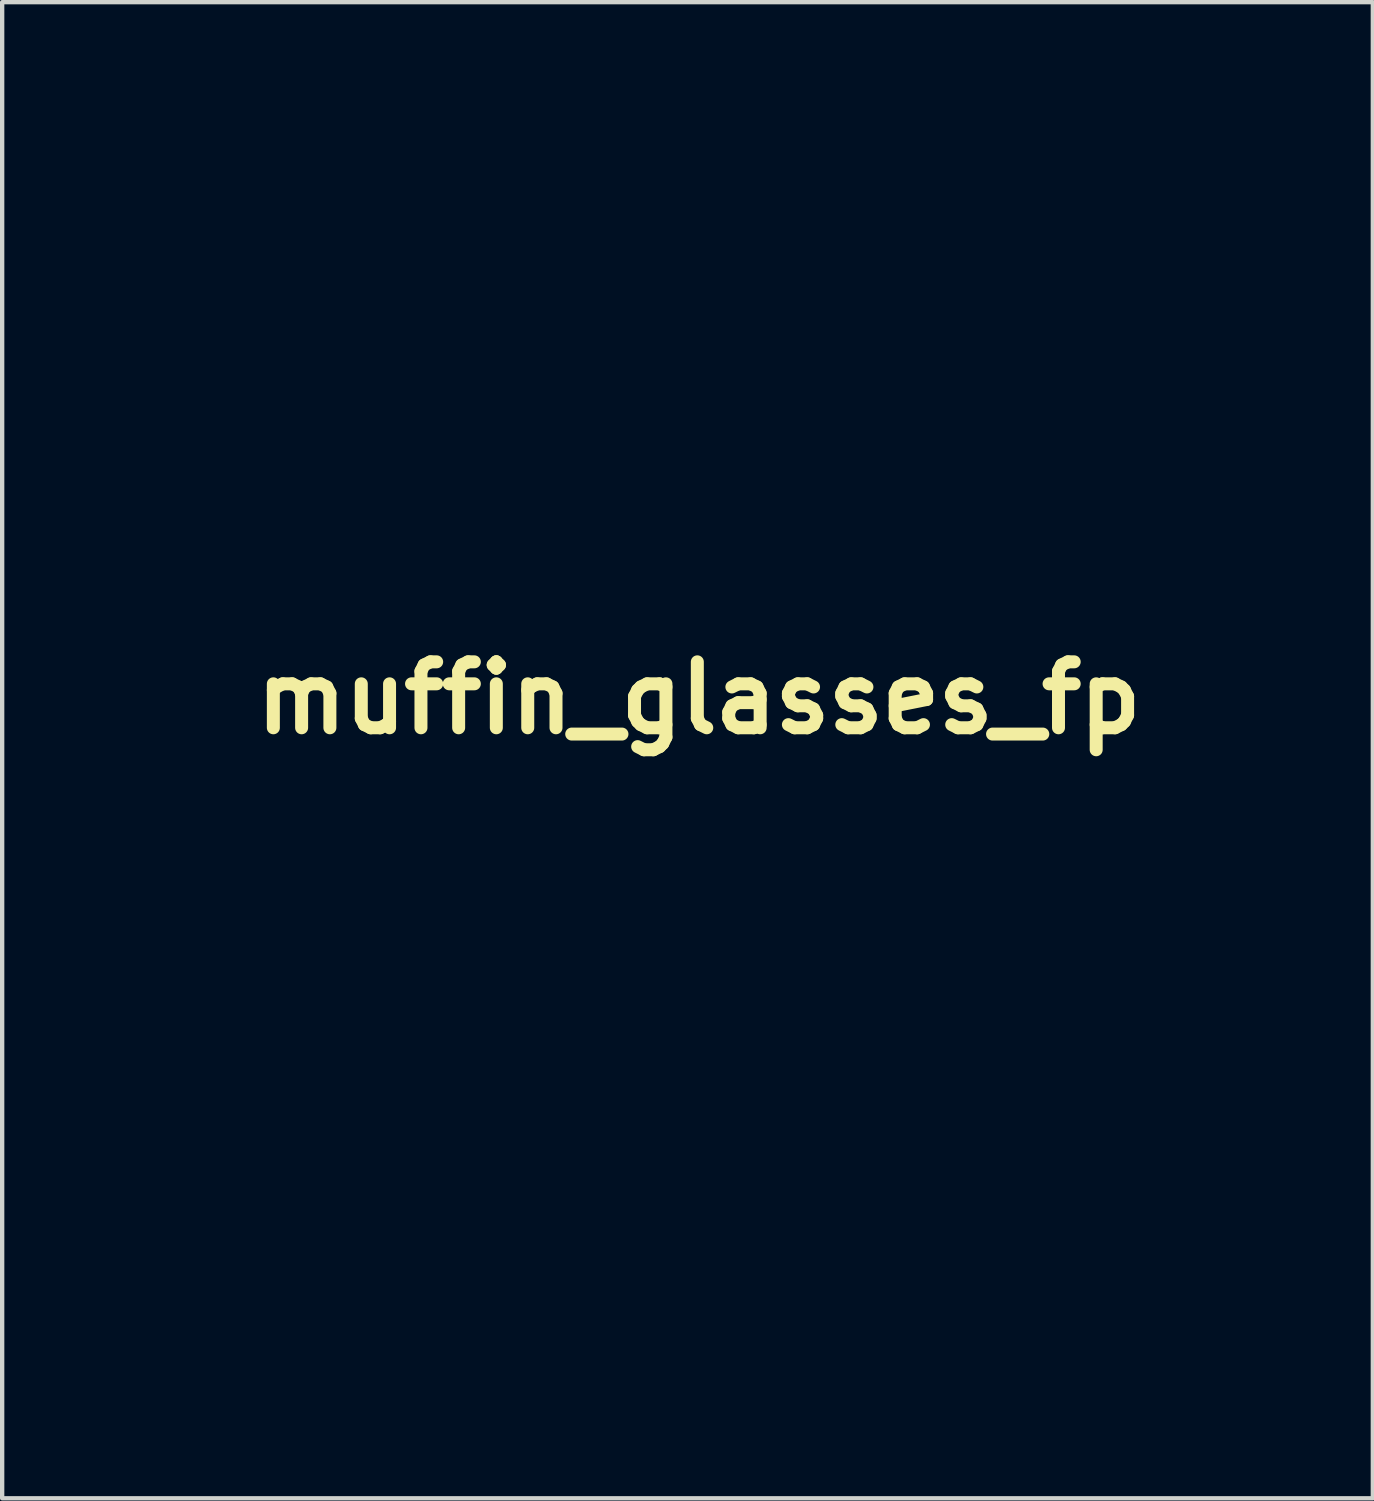
<source format=kicad_pcb>
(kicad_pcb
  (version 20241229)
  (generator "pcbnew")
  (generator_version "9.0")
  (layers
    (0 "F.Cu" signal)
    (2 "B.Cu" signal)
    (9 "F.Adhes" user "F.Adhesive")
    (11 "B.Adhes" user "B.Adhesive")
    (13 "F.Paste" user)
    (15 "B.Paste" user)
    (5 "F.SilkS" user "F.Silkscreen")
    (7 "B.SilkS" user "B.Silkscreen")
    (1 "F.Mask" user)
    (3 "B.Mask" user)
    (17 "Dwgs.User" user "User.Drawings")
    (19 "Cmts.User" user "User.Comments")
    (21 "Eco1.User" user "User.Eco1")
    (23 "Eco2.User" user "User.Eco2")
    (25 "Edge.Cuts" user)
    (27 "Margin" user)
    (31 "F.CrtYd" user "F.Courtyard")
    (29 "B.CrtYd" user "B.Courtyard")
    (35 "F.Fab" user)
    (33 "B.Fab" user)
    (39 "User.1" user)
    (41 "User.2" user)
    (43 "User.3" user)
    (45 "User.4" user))
  (footprint "muffin_glasses_fp"
    (layer "F.Cu")
    (at 13.1 13.078)
    (property "Reference" "muffin_glasses_fp" (at 0 0 0) (layer "F.SilkS") (effects (font (size 1.524 1.524) (thickness 0.3))))
    (attr board_only exclude_from_pos_files exclude_from_bom)
    (fp_poly (pts (xy -0.198 1.379) (xy -0.039 1.471) (xy 0.032 1.562) (xy 0.107 1.692) (xy 0.107 1.769) (xy 0.005 1.803) (xy -0.223 1.806) (xy -0.477 1.795) (xy -0.761 1.779) (xy -0.907 1.753) (xy -0.949 1.7) (xy -0.918 1.601) (xy -0.9 1.563) (xy -0.804 1.425) (xy -0.647 1.366) (xy -0.454 1.355)) (stroke (width 0) (type solid)) (fill yes) (layer "F.Mask"))
    (fp_poly (pts (xy -0.114 8.43) (xy 0.116 8.557) (xy 0.29 8.715) (xy 0.339 8.824) (xy 0.252 8.893) (xy 0.019 8.928) (xy -0.371 8.938) (xy -0.431 8.938) (xy -0.775 8.929) (xy -1.048 8.909) (xy -1.212 8.883) (xy -1.241 8.869) (xy -1.234 8.738) (xy -1.06 8.597) (xy -0.873 8.508) (xy -0.461 8.394)) (stroke (width 0) (type solid)) (fill yes) (layer "F.Mask"))
    (fp_poly (pts (xy -7.315 1.218) (xy -6.977 1.236) (xy -6.504 1.254) (xy -5.929 1.274) (xy -5.288 1.293) (xy -4.613 1.31) (xy -4.022 1.323) (xy -3.405 1.337) (xy -2.846 1.352) (xy -2.366 1.367) (xy -1.986 1.382) (xy -1.728 1.396) (xy -1.615 1.407) (xy -1.612 1.409) (xy -1.605 1.521) (xy -1.716 1.696) (xy -1.918 1.908) (xy -2.184 2.132) (xy -2.488 2.342) (xy -2.752 2.489) (xy -3.174 2.733) (xy -3.639 3.062) (xy -4.093 3.434) (xy -4.48 3.804) (xy -4.656 4.004) (xy -4.924 4.341) (xy -5.212 4.705) (xy -5.441 4.995) (xy -5.708 5.295) (xy -5.942 5.452) (xy -6.177 5.479) (xy -6.448 5.39) (xy -6.483 5.373) (xy -6.941 5.056) (xy -7.369 4.582) (xy -7.558 4.306) (xy -7.805 3.885) (xy -7.977 3.503) (xy -8.088 3.108) (xy -8.156 2.645) (xy -8.191 2.126) (xy -8.237 1.162)) (stroke (width 0) (type solid)) (fill yes) (layer "F.Mask"))
    (fp_poly (pts (xy 6.831 1.342) (xy 7.186 1.346) (xy 7.642 1.355) (xy 7.583 1.799) (xy 7.504 2.125) (xy 7.351 2.546) (xy 7.144 3.016) (xy 6.906 3.49) (xy 6.658 3.923) (xy 6.421 4.27) (xy 6.376 4.327) (xy 6.01 4.714) (xy 5.62 5.036) (xy 5.229 5.279) (xy 4.862 5.433) (xy 4.544 5.485) (xy 4.299 5.424) (xy 4.217 5.355) (xy 4.12 5.224) (xy 3.957 4.987) (xy 3.754 4.683) (xy 3.6 4.445) (xy 3.276 3.994) (xy 2.865 3.501) (xy 2.406 3.004) (xy 1.936 2.545) (xy 1.495 2.163) (xy 1.247 1.979) (xy 0.973 1.781) (xy 0.83 1.644) (xy 0.803 1.549) (xy 0.829 1.509) (xy 0.927 1.491) (xy 1.172 1.473) (xy 1.542 1.453) (xy 2.015 1.434) (xy 2.568 1.415) (xy 3.18 1.397) (xy 3.827 1.38) (xy 4.489 1.366) (xy 5.142 1.354) (xy 5.765 1.346) (xy 6.335 1.342)) (stroke (width 0) (type solid)) (fill yes) (layer "F.Mask"))
    (fp_poly (pts (xy 0.007 3.49) (xy 0.124 3.507) (xy 0.344 3.59) (xy 0.597 3.742) (xy 0.837 3.929) (xy 1.02 4.115) (xy 1.1 4.265) (xy 1.101 4.276) (xy 1.029 4.346) (xy 0.807 4.376) (xy 0.666 4.377) (xy 0.299 4.42) (xy 0.061 4.57) (xy -0.062 4.839) (xy -0.085 5.096) (xy -0.019 5.406) (xy 0.154 5.678) (xy 0.393 5.866) (xy 0.628 5.927) (xy 0.791 5.943) (xy 0.847 5.977) (xy 0.777 6.087) (xy 0.599 6.234) (xy 0.363 6.387) (xy 0.115 6.518) (xy -0.096 6.595) (xy -0.167 6.604) (xy -0.214 6.525) (xy -0.248 6.314) (xy -0.262 6.032) (xy -0.281 5.588) (xy -0.326 5.288) (xy -0.405 5.107) (xy -0.525 5.022) (xy -0.575 5.011) (xy -0.666 5.002) (xy -0.726 5.026) (xy -0.759 5.112) (xy -0.773 5.286) (xy -0.772 5.577) (xy -0.763 5.948) (xy -0.765 6.319) (xy -0.809 6.534) (xy -0.916 6.607) (xy -1.11 6.551) (xy -1.412 6.378) (xy -1.46 6.348) (xy -1.681 6.198) (xy -1.827 6.075) (xy -1.863 6.022) (xy -1.79 5.954) (xy -1.626 5.9) (xy -1.39 5.778) (xy -1.238 5.551) (xy -1.17 5.26) (xy -1.184 4.948) (xy -1.281 4.656) (xy -1.461 4.426) (xy -1.634 4.325) (xy -1.851 4.298) (xy -2.068 4.328) (xy -2.281 4.369) (xy -2.363 4.338) (xy -2.327 4.25) (xy -2.185 4.12) (xy -1.953 3.964) (xy -1.644 3.796) (xy -1.545 3.749) (xy -1.045 3.577) (xy -0.502 3.486)) (stroke (width 0) (type solid)) (fill yes) (layer "F.Mask"))
    (fp_poly (pts (xy 10.937 -13.052) (xy 11.234 -12.951) (xy 11.485 -12.751) (xy 11.732 -12.425) (xy 11.839 -12.251) (xy 12.029 -11.836) (xy 12.197 -11.278) (xy 12.337 -10.602) (xy 12.447 -9.836) (xy 12.521 -9.003) (xy 12.553 -8.17) (xy 12.573 -6.9) (xy 12.155 -5.884) (xy 11.956 -5.378) (xy 11.823 -4.979) (xy 11.745 -4.646) (xy 11.709 -4.338) (xy 11.708 -4.318) (xy 11.657 -3.439) (xy 11.603 -2.714) (xy 11.544 -2.126) (xy 11.475 -1.659) (xy 11.396 -1.297) (xy 11.301 -1.025) (xy 11.19 -0.826) (xy 11.059 -0.685) (xy 11.057 -0.683) (xy 10.909 -0.6) (xy 10.65 -0.487) (xy 10.331 -0.368) (xy 10.264 -0.345) (xy 9.941 -0.232) (xy 9.739 -0.14) (xy 9.618 -0.039) (xy 9.537 0.102) (xy 9.479 0.254) (xy 9.349 0.553) (xy 9.173 0.889) (xy 9.076 1.049) (xy 8.769 1.612) (xy 8.589 2.161) (xy 8.532 2.729) (xy 8.597 3.351) (xy 8.78 4.06) (xy 8.809 4.149) (xy 8.943 4.579) (xy 9.028 4.918) (xy 9.075 5.231) (xy 9.092 5.585) (xy 9.094 5.927) (xy 9.089 6.267) (xy 9.073 6.549) (xy 9.039 6.809) (xy 8.978 7.079) (xy 8.883 7.393) (xy 8.744 7.787) (xy 8.555 8.292) (xy 8.48 8.488) (xy 8.189 9.136) (xy 7.813 9.803) (xy 7.386 10.436) (xy 6.943 10.979) (xy 6.762 11.167) (xy 6.524 11.398) (xy 6.338 11.575) (xy 6.233 11.673) (xy 6.219 11.684) (xy 6.203 11.606) (xy 6.169 11.399) (xy 6.123 11.1) (xy 6.1 10.943) (xy 6.033 10.518) (xy 5.955 10.074) (xy 5.883 9.698) (xy 5.873 9.652) (xy 5.794 9.358) (xy 5.664 8.948) (xy 5.496 8.46) (xy 5.304 7.936) (xy 5.104 7.413) (xy 4.909 6.931) (xy 4.735 6.53) (xy 4.735 6.53) (xy 4.64 6.31) (xy 4.591 6.165) (xy 4.589 6.136) (xy 4.681 6.105) (xy 4.873 6.063) (xy 4.914 6.055) (xy 5.12 6.032) (xy 5.236 6.091) (xy 5.332 6.269) (xy 5.337 6.28) (xy 5.483 6.5) (xy 5.63 6.562) (xy 5.731 6.54) (xy 5.781 6.448) (xy 5.799 6.245) (xy 5.8 6.123) (xy 5.808 5.871) (xy 5.854 5.704) (xy 5.971 5.561) (xy 6.191 5.38) (xy 6.198 5.374) (xy 6.618 4.991) (xy 7.005 4.514) (xy 7.378 3.917) (xy 7.696 3.302) (xy 7.896 2.842) (xy 8.074 2.358) (xy 8.219 1.882) (xy 8.322 1.45) (xy 8.375 1.096) (xy 8.368 0.854) (xy 8.358 0.821) (xy 8.294 0.742) (xy 8.154 0.697) (xy 7.9 0.679) (xy 7.728 0.677) (xy 7.153 0.677) (xy 6.688 0.201) (xy 6.358 -0.119) (xy 6.052 -0.366) (xy 5.72 -0.571) (xy 5.314 -0.767) (xy 4.931 -0.926) (xy 4.579 -1.06) (xy 4.346 -1.129) (xy 4.2 -1.141) (xy 4.108 -1.102) (xy 4.106 -1.1) (xy 3.989 -0.933) (xy 4.035 -0.78) (xy 4.212 -0.672) (xy 4.819 -0.428) (xy 5.363 -0.167) (xy 5.809 0.092) (xy 6.076 0.292) (xy 6.283 0.478) (xy 6.375 0.584) (xy 6.366 0.638) (xy 6.27 0.671) (xy 6.256 0.674) (xy 6.115 0.687) (xy 5.832 0.699) (xy 5.434 0.709) (xy 4.947 0.716) (xy 4.4 0.719) (xy 4.116 0.72) (xy 2.178 0.72) (xy 2.02 0.508) (xy 1.881 0.269) (xy 1.739 -0.056) (xy 1.616 -0.402) (xy 1.538 -0.706) (xy 1.523 -0.845) (xy 1.476 -1.112) (xy 1.347 -1.248) (xy 1.218 -1.256) (xy 1.082 -1.152) (xy 1.034 -0.916) (xy 1.074 -0.56) (xy 1.201 -0.097) (xy 1.258 0.065) (xy 1.365 0.379) (xy 1.438 0.629) (xy 1.464 0.777) (xy 1.459 0.798) (xy 1.356 0.823) (xy 1.133 0.841) (xy 0.873 0.847) (xy 0.578 0.842) (xy 0.406 0.815) (xy 0.313 0.75) (xy 0.252 0.63) (xy 0.246 0.614) (xy 0.181 0.384) (xy 0.124 0.086) (xy 0.109 -0.021) (xy 0.032 -0.359) (xy -0.097 -0.543) (xy -0.275 -0.569) (xy -0.307 -0.558) (xy -0.387 -0.496) (xy -0.416 -0.365) (xy -0.4 -0.12) (xy -0.393 -0.062) (xy -0.351 0.244) (xy -0.306 0.517) (xy -0.287 0.614) (xy -0.267 0.775) (xy -0.336 0.837) (xy -0.498 0.847) (xy -0.762 0.847) (xy -0.762 0.167) (xy -0.769 -0.19) (xy -0.794 -0.41) (xy -0.842 -0.527) (xy -0.895 -0.564) (xy -1.046 -0.574) (xy -1.154 -0.459) (xy -1.223 -0.208) (xy -1.258 0.192) (xy -1.264 0.402) (xy -1.27 0.762) (xy -1.829 0.762) (xy -2.127 0.757) (xy -2.287 0.737) (xy -2.342 0.692) (xy -2.325 0.614) (xy -2.193 0.237) (xy -2.099 -0.159) (xy -2.047 -0.54) (xy -2.04 -0.868) (xy -2.081 -1.108) (xy -2.17 -1.22) (xy -2.353 -1.22) (xy -2.481 -1.075) (xy -2.538 -0.807) (xy -2.54 -0.743) (xy -2.568 -0.434) (xy -2.641 -0.082) (xy -2.742 0.256) (xy -2.855 0.522) (xy -2.933 0.635) (xy -3.013 0.684) (xy -3.157 0.72) (xy -3.387 0.743) (xy -3.728 0.756) (xy -4.205 0.762) (xy -4.438 0.762) (xy -4.995 0.758) (xy -5.578 0.748) (xy -6.128 0.733) (xy -6.587 0.714) (xy -6.71 0.707) (xy -7.146 0.675) (xy -7.421 0.633) (xy -7.541 0.569) (xy -7.516 0.47) (xy -7.352 0.326) (xy -7.074 0.134) (xy -6.413 -0.236) (xy -5.739 -0.485) (xy -5.249 -0.582) (xy -4.982 -0.619) (xy -4.843 -0.669) (xy -4.79 -0.753) (xy -4.784 -0.847) (xy -4.805 -0.985) (xy -4.899 -1.053) (xy -5.115 -1.083) (xy -5.123 -1.083) (xy -5.549 -1.054) (xy -6.051 -0.923) (xy -6.585 -0.711) (xy -7.11 -0.437) (xy -7.581 -0.121) (xy -7.946 0.208) (xy -8.16 0.412) (xy -8.354 0.552) (xy -8.465 0.593) (xy -8.583 0.616) (xy -8.673 0.697) (xy -8.738 0.857) (xy -8.783 1.114) (xy -8.812 1.488) (xy -8.828 1.998) (xy -8.834 2.443) (xy -8.838 2.985) (xy -8.836 3.386) (xy -8.825 3.678) (xy -8.803 3.888) (xy -8.766 4.048) (xy -8.711 4.187) (xy -8.648 4.311) (xy -8.32 4.851) (xy -7.974 5.286) (xy -7.629 5.59) (xy -7.474 5.682) (xy -7.254 5.796) (xy -7.108 5.887) (xy -7.079 5.913) (xy -7.078 6.018) (xy -7.109 6.24) (xy -7.162 6.519) (xy -7.253 7.051) (xy -7.278 7.452) (xy -7.236 7.715) (xy -7.139 7.826) (xy -6.997 7.836) (xy -6.885 7.733) (xy -6.793 7.499) (xy -6.712 7.118) (xy -6.691 6.99) (xy -6.628 6.595) (xy -6.573 6.338) (xy -6.511 6.189) (xy -6.422 6.119) (xy -6.29 6.097) (xy -6.162 6.096) (xy -5.946 6.108) (xy -5.863 6.154) (xy -5.87 6.244) (xy -5.916 6.379) (xy -6.004 6.637) (xy -6.123 6.98) (xy -6.258 7.366) (xy -6.556 8.34) (xy -6.761 9.305) (xy -6.885 10.328) (xy -6.918 10.814) (xy -6.937 11.23) (xy -6.942 11.507) (xy -6.928 11.677) (xy -6.893 11.769) (xy -6.833 11.816) (xy -6.816 11.823) (xy -6.643 11.818) (xy -6.52 11.657) (xy -6.45 11.348) (xy -6.435 11.032) (xy -6.378 10.148) (xy -6.217 9.184) (xy -5.965 8.185) (xy -5.635 7.194) (xy -5.239 6.254) (xy -4.791 5.407) (xy -4.687 5.238) (xy -4.277 4.681) (xy -3.048 4.681) (xy -3.016 4.834) (xy -2.887 4.916) (xy -2.762 4.945) (xy -2.491 4.958) (xy -2.249 4.913) (xy -1.959 4.827) (xy -1.785 4.845) (xy -1.706 4.977) (xy -1.693 5.122) (xy -1.707 5.321) (xy -1.78 5.403) (xy -1.96 5.419) (xy -1.971 5.419) (xy -2.267 5.465) (xy -2.482 5.587) (xy -2.584 5.759) (xy -2.576 5.87) (xy -2.441 6.117) (xy -2.196 6.397) (xy -1.883 6.677) (xy -1.546 6.918) (xy -1.229 7.086) (xy -1.054 7.138) (xy -0.719 7.158) (xy -0.307 7.133) (xy 0.1 7.071) (xy 0.334 7.012) (xy 0.605 6.887) (xy 0.841 6.719) (xy 1.002 6.585) (xy 1.111 6.52) (xy 1.118 6.519) (xy 1.198 6.455) (xy 1.33 6.294) (xy 1.394 6.203) (xy 1.563 5.876) (xy 1.603 5.602) (xy 1.525 5.405) (xy 1.337 5.305) (xy 1.048 5.325) (xy 1.022 5.332) (xy 0.725 5.375) (xy 0.537 5.298) (xy 0.472 5.193) (xy 0.454 5.035) (xy 0.56 4.946) (xy 0.809 4.912) (xy 0.89 4.911) (xy 1.315 4.868) (xy 1.594 4.744) (xy 1.725 4.547) (xy 1.707 4.281) (xy 1.538 3.955) (xy 1.217 3.574) (xy 1.186 3.543) (xy 0.916 3.287) (xy 0.706 3.131) (xy 0.506 3.045) (xy 0.299 3.002) (xy -0.349 2.966) (xy -1 3.042) (xy -1.611 3.217) (xy -2.139 3.483) (xy -2.417 3.697) (xy -2.728 4.031) (xy -2.945 4.352) (xy -3.044 4.627) (xy -3.048 4.681) (xy -4.277 4.681) (xy -4.185 4.556) (xy -3.589 3.934) (xy -2.925 3.387) (xy -2.219 2.933) (xy -1.496 2.587) (xy -0.783 2.366) (xy -0.103 2.286) (xy -0.088 2.286) (xy 0.438 2.368) (xy 0.984 2.612) (xy 1.543 3.01) (xy 2.106 3.557) (xy 2.665 4.246) (xy 3.007 4.741) (xy 3.398 5.351) (xy 3.712 5.86) (xy 3.969 6.307) (xy 4.187 6.73) (xy 4.389 7.167) (xy 4.594 7.656) (xy 4.729 7.996) (xy 4.96 8.638) (xy 5.18 9.34) (xy 5.379 10.064) (xy 5.548 10.774) (xy 5.677 11.43) (xy 5.758 11.995) (xy 5.781 12.324) (xy 5.72 12.768) (xy 5.511 13.128) (xy 5.156 13.404) (xy 4.654 13.596) (xy 4.005 13.704) (xy 3.975 13.707) (xy 3.298 13.765) (xy 2.665 14.452) (xy 2.18 14.933) (xy 1.746 15.261) (xy 1.352 15.446) (xy 1.04 15.494) (xy 0.831 15.461) (xy 0.559 15.377) (xy 0.269 15.261) (xy 0.007 15.133) (xy -0.182 15.013) (xy -0.253 14.922) (xy -0.177 14.846) (xy 0.029 14.817) (xy 0.039 14.817) (xy 0.358 14.777) (xy 0.71 14.67) (xy 1.064 14.515) (xy 1.386 14.33) (xy 1.644 14.135) (xy 1.807 13.947) (xy 1.842 13.785) (xy 1.838 13.773) (xy 1.716 13.655) (xy 1.519 13.646) (xy 1.299 13.744) (xy 1.219 13.808) (xy 0.992 13.961) (xy 0.654 14.116) (xy 0.266 14.253) (xy -0.116 14.352) (xy -0.432 14.392) (xy -0.448 14.392) (xy -1.094 14.323) (xy -1.77 14.136) (xy -2.408 13.854) (xy -2.857 13.567) (xy -3.095 13.432) (xy -3.274 13.418) (xy -3.368 13.521) (xy -3.371 13.646) (xy -3.275 13.821) (xy -3.052 14.029) (xy -2.738 14.244) (xy -2.367 14.444) (xy -1.973 14.606) (xy -1.947 14.615) (xy -1.397 14.798) (xy -1.776 14.951) (xy -2.102 15.094) (xy -2.442 15.258) (xy -2.521 15.299) (xy -2.76 15.422) (xy -2.909 15.475) (xy -3.028 15.466) (xy -3.175 15.408) (xy -3.401 15.262) (xy -3.688 15.009) (xy -4.002 14.685) (xy -4.308 14.322) (xy -4.399 14.203) (xy -4.591 13.952) (xy -4.725 13.811) (xy -4.844 13.754) (xy -4.99 13.755) (xy -5.091 13.77) (xy -5.398 13.782) (xy -5.717 13.711) (xy -6.067 13.547) (xy -6.47 13.279) (xy -6.879 12.95) (xy -4.83 12.95) (xy -4.716 13.029) (xy -4.613 13.039) (xy -4.308 12.964) (xy -3.961 12.752) (xy -3.592 12.425) (xy -3.221 12.002) (xy -2.87 11.505) (xy -2.611 11.055) (xy -2.21 10.387) (xy -1.784 9.884) (xy -1.331 9.541) (xy -0.844 9.355) (xy -0.46 9.316) (xy 0.093 9.395) (xy 0.571 9.624) (xy 0.969 10.001) (xy 1.284 10.523) (xy 1.386 10.774) (xy 1.742 11.573) (xy 2.199 12.332) (xy 2.537 12.776) (xy 2.767 13.008) (xy 2.968 13.112) (xy 3.066 13.123) (xy 3.243 13.092) (xy 3.301 12.979) (xy 3.302 12.952) (xy 3.247 12.798) (xy 3.106 12.582) (xy 2.974 12.423) (xy 2.453 11.739) (xy 2.028 10.936) (xy 1.906 10.638) (xy 1.54 9.779) (xy 1.149 9.084) (xy 0.734 8.554) (xy 0.296 8.188) (xy -0.163 7.989) (xy -0.643 7.957) (xy -1.125 8.084) (xy -1.416 8.276) (xy -1.746 8.621) (xy -2.111 9.111) (xy -2.502 9.735) (xy -2.913 10.486) (xy -3.013 10.682) (xy -3.414 11.384) (xy -3.836 11.943) (xy -4.27 12.348) (xy -4.411 12.443) (xy -4.671 12.636) (xy -4.813 12.812) (xy -4.83 12.95) (xy -6.879 12.95) (xy -6.946 12.896) (xy -7.271 12.611) (xy -7.374 12.506) (xy -7.429 12.392) (xy -7.444 12.221) (xy -7.428 11.948) (xy -7.416 11.802) (xy -7.389 11.479) (xy -7.391 11.273) (xy -7.434 11.131) (xy -7.53 11.001) (xy -7.638 10.888) (xy -7.855 10.618) (xy -8.106 10.236) (xy -8.362 9.789) (xy -8.597 9.322) (xy -8.783 8.89) (xy -8.922 8.467) (xy -9.065 7.931) (xy -9.201 7.336) (xy -9.319 6.733) (xy -9.409 6.175) (xy -9.459 5.714) (xy -9.464 5.63) (xy -9.446 4.948) (xy -9.356 4.445) (xy -9.299 4.158) (xy -9.245 3.756) (xy -9.2 3.293) (xy -9.171 2.836) (xy -9.122 1.736) (xy -9.426 1.22) (xy -9.787 0.696) (xy -10.24 0.212) (xy -10.818 -0.268) (xy -11.007 -0.406) (xy -11.416 -0.712) (xy -11.718 -0.985) (xy -11.934 -1.262) (xy -12.081 -1.579) (xy -12.18 -1.973) (xy -12.249 -2.479) (xy -12.282 -2.827) (xy -12.37 -3.685) (xy -12.481 -4.527) (xy -12.609 -5.317) (xy -12.748 -6.017) (xy -12.892 -6.59) (xy -12.916 -6.671) (xy -12.99 -6.915) (xy -13.043 -7.121) (xy -13.078 -7.32) (xy -13.096 -7.544) (xy -13.1 -7.824) (xy -13.091 -8.191) (xy -13.072 -8.677) (xy -13.07 -8.711) (xy -12.516 -8.711) (xy -12.505 -8.463) (xy -12.424 -8.134) (xy -12.284 -7.755) (xy -12.096 -7.356) (xy -11.871 -6.967) (xy -11.631 -6.632) (xy -11.349 -6.328) (xy -11.074 -6.109) (xy -10.832 -5.992) (xy -10.653 -5.995) (xy -10.623 -6.013) (xy -10.546 -6.113) (xy -10.51 -6.269) (xy -10.516 -6.506) (xy -10.565 -6.85) (xy -10.658 -7.328) (xy -10.676 -7.416) (xy -10.777 -8.045) (xy -10.822 -8.688) (xy -10.815 -9.311) (xy -10.757 -9.882) (xy -10.652 -10.368) (xy -10.5 -10.735) (xy -10.428 -10.841) (xy -10.321 -10.958) (xy -10.221 -10.981) (xy -10.06 -10.918) (xy -9.986 -10.881) (xy -9.56 -10.594) (xy -9.136 -10.175) (xy -8.741 -9.662) (xy -8.403 -9.09) (xy -8.169 -8.549) (xy -8.023 -7.962) (xy -7.95 -7.266) (xy -7.949 -6.506) (xy -8.021 -5.727) (xy -8.167 -4.973) (xy -8.168 -4.969) (xy -8.303 -4.543) (xy -8.507 -4.041) (xy -8.756 -3.51) (xy -9.028 -2.994) (xy -9.3 -2.538) (xy -9.549 -2.188) (xy -9.599 -2.128) (xy -9.858 -1.807) (xy -9.979 -1.576) (xy -9.963 -1.43) (xy -9.811 -1.362) (xy -9.698 -1.355) (xy -9.532 -1.426) (xy -9.298 -1.63) (xy -9.107 -1.841) (xy -8.823 -2.231) (xy -8.522 -2.739) (xy -8.224 -3.32) (xy -7.953 -3.928) (xy -7.73 -4.516) (xy -7.61 -4.911) (xy -7.522 -5.288) (xy -7.465 -5.659) (xy -7.432 -6.077) (xy -7.419 -6.596) (xy -7.418 -6.773) (xy -7.429 -7.416) (xy -7.473 -7.94) (xy -7.563 -8.396) (xy -7.707 -8.833) (xy -7.918 -9.301) (xy -8.02 -9.502) (xy -8.287 -9.939) (xy -8.616 -10.361) (xy -8.982 -10.745) (xy -9.36 -11.071) (xy -9.726 -11.319) (xy -10.055 -11.466) (xy -10.322 -11.492) (xy -10.343 -11.487) (xy -10.642 -11.332) (xy -10.906 -11.041) (xy -11.108 -10.651) (xy -11.142 -10.55) (xy -11.231 -10.146) (xy -11.292 -9.628) (xy -11.324 -9.051) (xy -11.325 -8.47) (xy -11.293 -7.937) (xy -11.227 -7.508) (xy -11.225 -7.502) (xy -11.163 -7.208) (xy -11.129 -6.985) (xy -11.128 -6.878) (xy -11.13 -6.876) (xy -11.228 -6.877) (xy -11.36 -7.045) (xy -11.525 -7.378) (xy -11.724 -7.878) (xy -11.74 -7.921) (xy -11.918 -8.373) (xy -12.069 -8.674) (xy -12.205 -8.841) (xy -12.336 -8.887) (xy -12.445 -8.848) (xy -12.516 -8.711) (xy -13.07 -8.711) (xy -13.055 -9.041) (xy -13.028 -9.618) (xy -13.002 -10.058) (xy -12.974 -10.39) (xy -12.939 -10.646) (xy -12.891 -10.857) (xy -12.827 -11.054) (xy -12.742 -11.268) (xy -12.709 -11.345) (xy -12.364 -11.99) (xy -11.969 -12.48) (xy -11.72 -12.735) (xy -11.535 -12.889) (xy -11.365 -12.971) (xy -11.165 -13.012) (xy -11.081 -13.021) (xy -10.815 -13.029) (xy -10.574 -12.984) (xy -10.29 -12.87) (xy -10.137 -12.796) (xy -9.728 -12.576) (xy -9.37 -12.342) (xy -9.031 -12.068) (xy -8.679 -11.727) (xy -8.282 -11.291) (xy -7.996 -10.957) (xy -7.363 -10.172) (xy -6.803 -9.4) (xy -6.285 -8.597) (xy -5.781 -7.716) (xy -5.305 -6.8) (xy -5.073 -6.345) (xy -4.861 -5.939) (xy -4.681 -5.609) (xy -4.547 -5.381) (xy -4.474 -5.278) (xy -4.474 -5.278) (xy -4.308 -5.191) (xy -4.126 -5.132) (xy -3.994 -5.122) (xy -3.713 -5.118) (xy -3.307 -5.118) (xy -2.796 -5.122) (xy -2.203 -5.13) (xy -1.548 -5.14) (xy -0.853 -5.154) (xy -0.14 -5.17) (xy 0.569 -5.187) (xy 1.254 -5.205) (xy 1.891 -5.225) (xy 2.461 -5.244) (xy 2.94 -5.263) (xy 3.309 -5.282) (xy 3.544 -5.299) (xy 3.578 -5.303) (xy 3.778 -5.336) (xy 3.922 -5.391) (xy 4.047 -5.501) (xy 4.19 -5.697) (xy 4.363 -5.969) (xy 4.533 -6.271) (xy 4.579 -6.362) (xy 6.605 -6.362) (xy 6.625 -5.702) (xy 6.69 -5.135) (xy 6.814 -4.607) (xy 7.011 -4.065) (xy 7.293 -3.453) (xy 7.373 -3.295) (xy 7.64 -2.792) (xy 7.879 -2.398) (xy 8.123 -2.064) (xy 8.405 -1.741) (xy 8.501 -1.64) (xy 8.86 -1.294) (xy 9.136 -1.086) (xy 9.337 -1.014) (xy 9.472 -1.074) (xy 9.519 -1.159) (xy 9.506 -1.283) (xy 9.379 -1.465) (xy 9.124 -1.722) (xy 9.115 -1.731) (xy 8.843 -2) (xy 8.584 -2.282) (xy 8.407 -2.498) (xy 8.182 -2.851) (xy 7.936 -3.311) (xy 7.692 -3.828) (xy 7.473 -4.348) (xy 7.305 -4.819) (xy 7.222 -5.122) (xy 7.119 -5.986) (xy 7.162 -6.874) (xy 7.343 -7.752) (xy 7.651 -8.589) (xy 8.08 -9.352) (xy 8.568 -9.959) (xy 9 -10.354) (xy 9.409 -10.622) (xy 9.782 -10.762) (xy 10.104 -10.768) (xy 10.36 -10.637) (xy 10.499 -10.451) (xy 10.561 -10.265) (xy 10.6 -9.985) (xy 10.618 -9.582) (xy 10.619 -9.229) (xy 10.612 -8.815) (xy 10.592 -8.485) (xy 10.55 -8.187) (xy 10.477 -7.87) (xy 10.364 -7.481) (xy 10.259 -7.144) (xy 10.13 -6.732) (xy 10.022 -6.375) (xy 9.945 -6.106) (xy 9.908 -5.956) (xy 9.906 -5.94) (xy 9.979 -5.808) (xy 10.154 -5.726) (xy 10.367 -5.718) (xy 10.47 -5.748) (xy 10.694 -5.886) (xy 10.946 -6.093) (xy 11.189 -6.332) (xy 11.386 -6.565) (xy 11.5 -6.755) (xy 11.515 -6.818) (xy 11.468 -7.009) (xy 11.343 -7.063) (xy 11.159 -6.982) (xy 10.962 -6.796) (xy 10.761 -6.598) (xy 10.641 -6.547) (xy 10.611 -6.636) (xy 10.68 -6.857) (xy 10.729 -6.964) (xy 10.953 -7.535) (xy 11.112 -8.173) (xy 11.204 -8.837) (xy 11.226 -9.489) (xy 11.175 -10.085) (xy 11.048 -10.587) (xy 10.987 -10.73) (xy 10.744 -11.048) (xy 10.401 -11.249) (xy 9.988 -11.325) (xy 9.532 -11.27) (xy 9.216 -11.156) (xy 8.758 -10.877) (xy 8.291 -10.473) (xy 7.851 -9.983) (xy 7.473 -9.446) (xy 7.287 -9.107) (xy 6.996 -8.46) (xy 6.795 -7.893) (xy 6.673 -7.352) (xy 6.615 -6.783) (xy 6.605 -6.362) (xy 4.579 -6.362) (xy 4.741 -6.685) (xy 4.964 -7.164) (xy 5.181 -7.66) (xy 5.256 -7.842) (xy 5.461 -8.334) (xy 5.678 -8.829) (xy 5.885 -9.279) (xy 6.06 -9.636) (xy 6.113 -9.737) (xy 6.653 -10.605) (xy 7.256 -11.358) (xy 7.91 -11.987) (xy 8.602 -12.483) (xy 9.319 -12.835) (xy 10.048 -13.034) (xy 10.556 -13.078)) (stroke (width 0) (type solid)) (fill yes) (layer "F.Mask")))
  (gr_rect
    (start -3 -3)
    (end 28.673 31.572)
    (stroke (width 0.1) (type default))
    (fill no)
    (layer "Edge.Cuts")))
</source>
